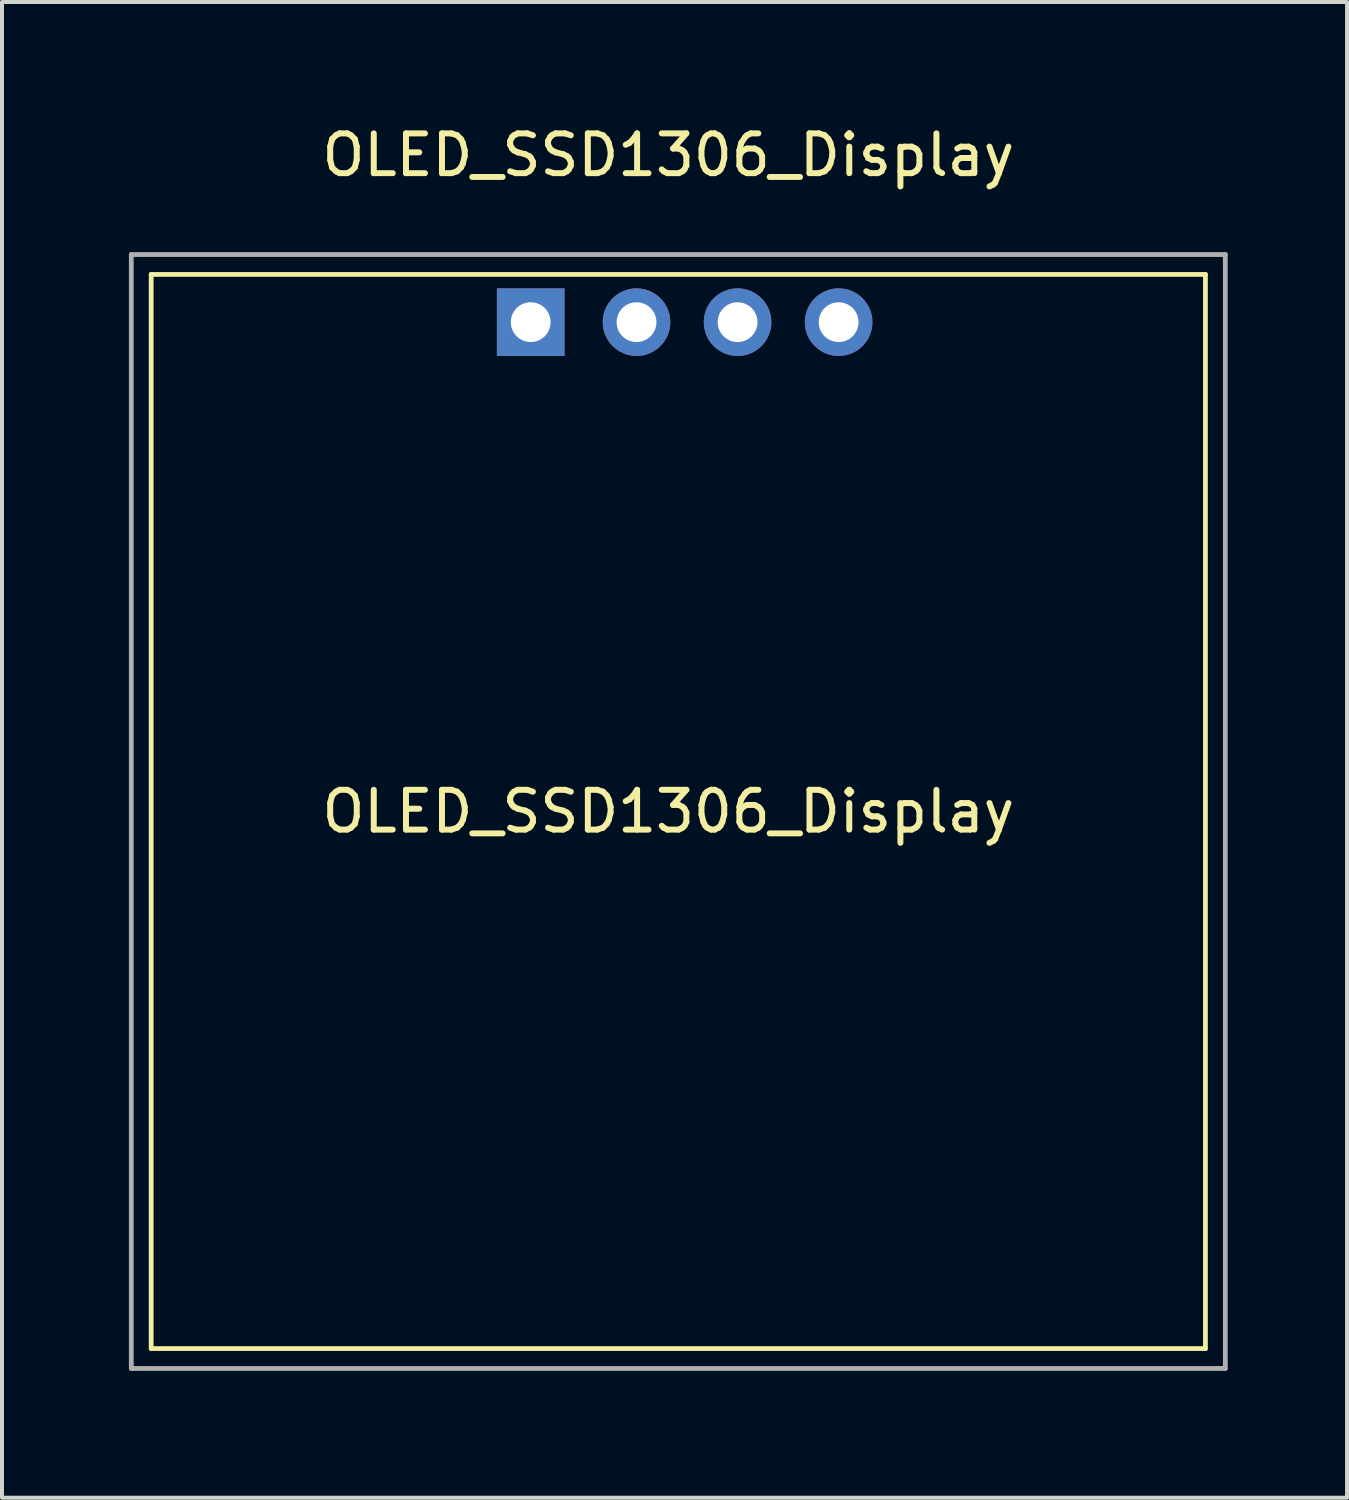
<source format=kicad_pcb>
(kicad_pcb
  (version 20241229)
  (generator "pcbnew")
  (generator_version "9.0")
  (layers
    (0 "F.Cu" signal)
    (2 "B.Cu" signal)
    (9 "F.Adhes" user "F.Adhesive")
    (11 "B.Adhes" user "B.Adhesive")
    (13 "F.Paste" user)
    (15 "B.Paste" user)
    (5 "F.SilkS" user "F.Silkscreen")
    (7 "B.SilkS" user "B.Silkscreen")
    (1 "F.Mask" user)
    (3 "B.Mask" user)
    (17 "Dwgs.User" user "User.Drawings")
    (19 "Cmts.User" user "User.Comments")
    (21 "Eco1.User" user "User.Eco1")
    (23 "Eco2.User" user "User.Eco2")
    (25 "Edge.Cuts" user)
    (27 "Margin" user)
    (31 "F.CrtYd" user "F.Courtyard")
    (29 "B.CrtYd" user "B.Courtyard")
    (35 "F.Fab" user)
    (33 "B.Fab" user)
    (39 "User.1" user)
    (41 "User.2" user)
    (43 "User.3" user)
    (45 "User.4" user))
  (footprint "OLED_SSD1306_Display"
    (layer "F.Cu")
    (at 0.25 31.348)
    (property "Reference" "OLED_SSD1306_Display" (at 13.5 -30.5 0) (layer "F.SilkS") (effects (font (size 1 1) (thickness 0.15))))
    (attr through_hole)
    (fp_line (start 0.5 -27.5) (end 27 -27.5) (stroke (width 0.12) (type solid)) (layer "F.SilkS"))
    (fp_line (start 0.5 -0.5) (end 0.5 -27.5) (stroke (width 0.12) (type solid)) (layer "F.SilkS"))
    (fp_line (start 27 -27.5) (end 27 -0.5) (stroke (width 0.12) (type solid)) (layer "F.SilkS"))
    (fp_line (start 27 -0.5) (end 0.5 -0.5) (stroke (width 0.12) (type solid)) (layer "F.SilkS"))
    (fp_line (start 0 -28) (end 0 0) (stroke (width 0.12) (type solid)) (layer "F.Fab"))
    (fp_line (start 0 -28) (end 27.5 -28) (stroke (width 0.12) (type solid)) (layer "F.Fab"))
    (fp_line (start 0 0) (end 27.5 0) (stroke (width 0.12) (type solid)) (layer "F.Fab"))
    (fp_line (start 27.5 -28) (end 27.5 0) (stroke (width 0.12) (type solid)) (layer "F.Fab"))
    (fp_text user "OLED_SSD1306_Display" (at 13.5 -14 0) (layer "F.SilkS") (effects (font (size 1 1) (thickness 0.15))))
    (pad "1" thru_hole rect (at 10.04 -26.3 90) (size 1.7 1.7) (drill 1) (layers "*.Cu" "*.Mask"))
    (pad "2" thru_hole oval (at 12.7 -26.3 90) (size 1.7 1.7) (drill 1) (layers "*.Cu" "*.Mask"))
    (pad "3" thru_hole oval (at 15.24 -26.3 90) (size 1.7 1.7) (drill 1) (layers "*.Cu" "*.Mask"))
    (pad "4" thru_hole oval (at 17.78 -26.3 90) (size 1.7 1.7) (drill 1) (layers "*.Cu" "*.Mask")))
  (gr_rect
    (start -3 -3)
    (end 30.81 34.598)
    (stroke (width 0.1) (type default))
    (fill no)
    (layer "Edge.Cuts")))
</source>
